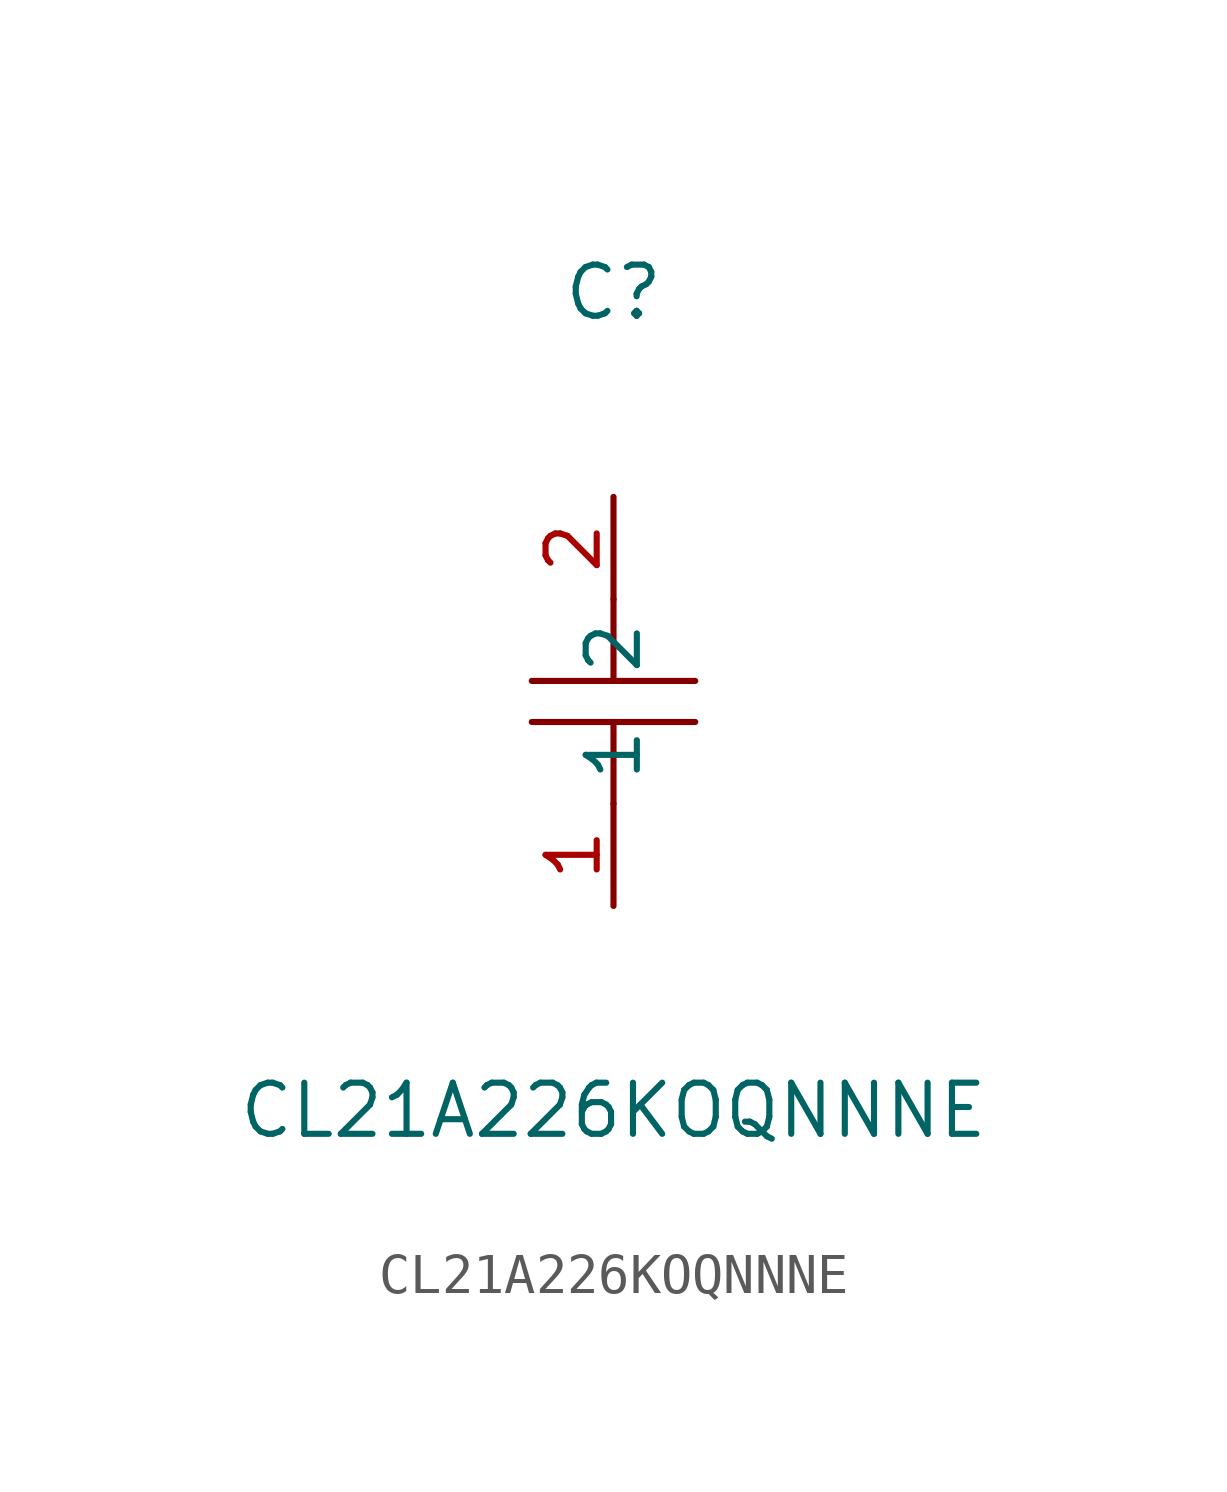
<source format=kicad_sym>
(kicad_symbol_lib
  (version 1)
  (generator "faebryk")
  (symbol "CL21A226KOQNNNE"
    (property "Reference" "C"
      (at 0 10.16 0)
      (effects (font (size 1.27 1.27)) (hide no)))
    (property "Value" "CL21A226KOQNNNE"
      (at 0 -10.16 0)
      (effects (font (size 1.27 1.27)) (hide no)))
    (symbol "CL21A226KOQNNNE_0_1"
      (polyline (stroke (width 0) (type default) (color 0 0 0 0)) (fill (type none)) (pts (xy 2.03 -0.51) (xy -2.03 -0.51)))
      (polyline (stroke (width 0) (type default) (color 0 0 0 0)) (fill (type none)) (pts (xy 0 2.54) (xy 0 0.51)))
      (polyline (stroke (width 0) (type default) (color 0 0 0 0)) (fill (type none)) (pts (xy -2.03 0.51) (xy 2.03 0.51)))
      (polyline (stroke (width 0) (type default) (color 0 0 0 0)) (fill (type none)) (pts (xy 0 -0.51) (xy 0 -2.54)))
      (pin unspecified line (at 0 -5.08 90) (length 2.54) (name "1" (effects (font (size 1.27 1.27)) (hide no))) (number "1" (effects (font (size 1.27 1.27)) (hide no))))
      (pin unspecified line (at 0 5.08 270) (length 2.54) (name "2" (effects (font (size 1.27 1.27)) (hide no))) (number "2" (effects (font (size 1.27 1.27)) (hide no)))))))
</source>
